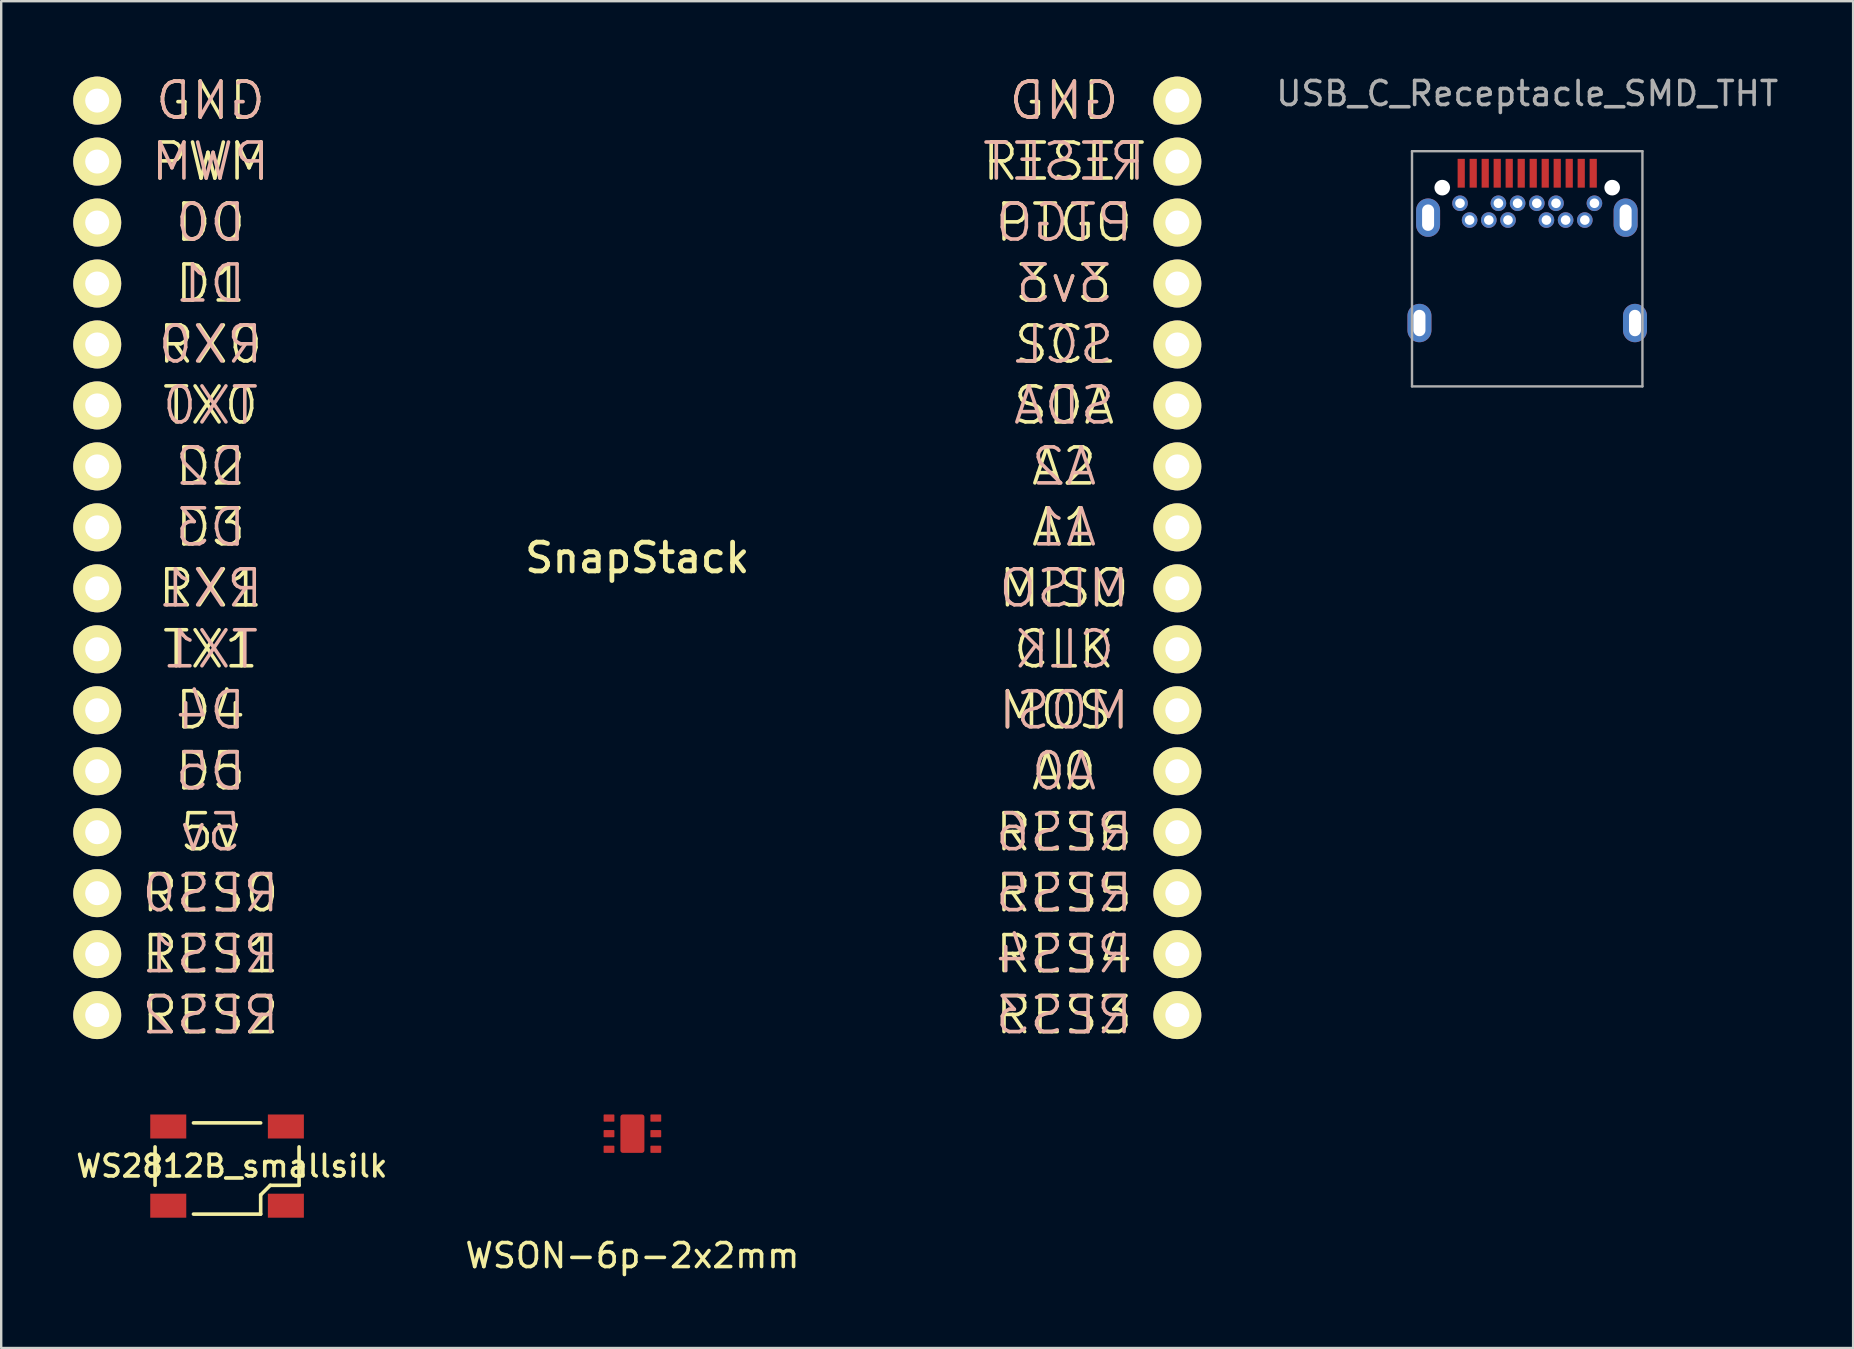
<source format=kicad_pcb>
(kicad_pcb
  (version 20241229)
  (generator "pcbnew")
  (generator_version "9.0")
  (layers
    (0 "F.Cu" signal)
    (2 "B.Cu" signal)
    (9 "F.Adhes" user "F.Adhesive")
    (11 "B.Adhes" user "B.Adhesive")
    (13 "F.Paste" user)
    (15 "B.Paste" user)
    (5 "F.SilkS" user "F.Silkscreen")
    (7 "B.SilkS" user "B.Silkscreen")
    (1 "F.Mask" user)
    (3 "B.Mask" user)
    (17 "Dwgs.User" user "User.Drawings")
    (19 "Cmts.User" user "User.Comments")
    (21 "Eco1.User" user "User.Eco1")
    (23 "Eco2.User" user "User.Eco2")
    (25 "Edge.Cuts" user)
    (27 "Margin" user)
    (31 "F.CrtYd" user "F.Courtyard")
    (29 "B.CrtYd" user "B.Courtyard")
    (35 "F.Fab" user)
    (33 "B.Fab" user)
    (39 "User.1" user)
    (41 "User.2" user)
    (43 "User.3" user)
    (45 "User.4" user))
  (footprint "USB_C_Receptacle_SMD_THT"
    (layer "F.Cu")
    (at 60.577 8.748)
    (property "Reference" "USB_C_Receptacle_SMD_THT" (at 0 -7.9 0) (layer "F.Fab") (effects (font (size 1 1) (thickness 0.15))))
    (attr through_hole)
    (fp_line (start -4.8 -5.5) (end -4.8 4.3) (stroke (width 0.1) (type solid)) (layer "F.Fab"))
    (fp_line (start -4.8 -5.5) (end 4.8 -5.5) (stroke (width 0.1) (type solid)) (layer "F.Fab"))
    (fp_line (start 4.8 -5.5) (end 4.8 4.3) (stroke (width 0.1) (type solid)) (layer "F.Fab"))
    (fp_line (start 4.8 4.3) (end -4.8 4.3) (stroke (width 0.1) (type solid)) (layer "F.Fab"))
    (pad "" np_thru_hole circle (at -3.54 -3.98) (size 0.65 0.65) (drill 0.65) (layers "*.Cu" "*.Mask"))
    (pad "" np_thru_hole circle (at 3.54 -3.98) (size 0.65 0.65) (drill 0.65) (layers "*.Cu" "*.Mask"))
    (pad "A1" smd rect (at -2.75 -4.58 90) (size 1.2 0.3) (layers "F.Cu" "F.Mask" "F.Paste"))
    (pad "A2" smd rect (at -2.25 -4.58 90) (size 1.2 0.3) (layers "F.Cu" "F.Mask" "F.Paste"))
    (pad "A3" smd rect (at -1.75 -4.58 90) (size 1.2 0.3) (layers "F.Cu" "F.Mask" "F.Paste"))
    (pad "A4" smd rect (at -1.25 -4.58 90) (size 1.2 0.3) (layers "F.Cu" "F.Mask" "F.Paste"))
    (pad "A5" smd rect (at -0.75 -4.58 90) (size 1.2 0.3) (layers "F.Cu" "F.Mask" "F.Paste"))
    (pad "A6" smd rect (at -0.25 -4.58 90) (size 1.2 0.3) (layers "F.Cu" "F.Mask" "F.Paste"))
    (pad "A7" smd rect (at 0.25 -4.58 90) (size 1.2 0.3) (layers "F.Cu" "F.Mask" "F.Paste"))
    (pad "A8" smd rect (at 0.75 -4.58 90) (size 1.2 0.3) (layers "F.Cu" "F.Mask" "F.Paste"))
    (pad "A9" smd rect (at 1.25 -4.58 90) (size 1.2 0.3) (layers "F.Cu" "F.Mask" "F.Paste"))
    (pad "A10" smd rect (at 1.75 -4.58 90) (size 1.2 0.3) (layers "F.Cu" "F.Mask" "F.Paste"))
    (pad "A11" smd rect (at 2.25 -4.58 90) (size 1.2 0.3) (layers "F.Cu" "F.Mask" "F.Paste"))
    (pad "A12" smd rect (at 2.75 -4.58 90) (size 1.2 0.3) (layers "F.Cu" "F.Mask" "F.Paste"))
    (pad "B1" thru_hole circle (at 2.8 -3.33) (size 0.65 0.65) (drill 0.4) (layers "*.Cu" "*.Mask"))
    (pad "B2" thru_hole circle (at 2.4 -2.63) (size 0.65 0.65) (drill 0.4) (layers "*.Cu" "*.Mask"))
    (pad "B3" thru_hole circle (at 1.6 -2.63) (size 0.65 0.65) (drill 0.4) (layers "*.Cu" "*.Mask"))
    (pad "B4" thru_hole circle (at 1.2 -3.33) (size 0.65 0.65) (drill 0.4) (layers "*.Cu" "*.Mask"))
    (pad "B5" thru_hole circle (at 0.8 -2.63) (size 0.65 0.65) (drill 0.4) (layers "*.Cu" "*.Mask"))
    (pad "B6" thru_hole circle (at 0.4 -3.33) (size 0.65 0.65) (drill 0.4) (layers "*.Cu" "*.Mask"))
    (pad "B7" thru_hole circle (at -0.4 -3.33) (size 0.65 0.65) (drill 0.4) (layers "*.Cu" "*.Mask"))
    (pad "B8" thru_hole circle (at -0.8 -2.63) (size 0.65 0.65) (drill 0.4) (layers "*.Cu" "*.Mask"))
    (pad "B9" thru_hole circle (at -1.2 -3.33) (size 0.65 0.65) (drill 0.4) (layers "*.Cu" "*.Mask"))
    (pad "B10" thru_hole circle (at -1.6 -2.63) (size 0.65 0.65) (drill 0.4) (layers "*.Cu" "*.Mask"))
    (pad "B11" thru_hole circle (at -2.4 -2.63) (size 0.65 0.65) (drill 0.4) (layers "*.Cu" "*.Mask"))
    (pad "B12" thru_hole circle (at -2.8 -3.33) (size 0.65 0.65) (drill 0.4) (layers "*.Cu" "*.Mask"))
    (pad "S1" thru_hole oval (at -4.49 1.66) (size 1 1.6) (drill oval 0.5 1.1) (layers "*.Cu" "*.Mask"))
    (pad "S1" thru_hole oval (at -4.13 -2.73) (size 1 1.6) (drill oval 0.5 1.1) (layers "*.Cu" "*.Mask"))
    (pad "S1" thru_hole oval (at 4.1 -2.73) (size 1 1.6) (drill oval 0.5 1.1) (layers "*.Cu" "*.Mask"))
    (pad "S1" thru_hole oval (at 4.49 1.66) (size 1 1.6) (drill oval 0.5 1.1) (layers "*.Cu" "*.Mask")))
  (footprint "WSON-6p-2x2mm"
    (layer "F.Cu")
    (at 23.297 44.181)
    (property "Reference" "WSON-6p-2x2mm" (at 0 5.08 0) (layer "F.SilkS") (effects (font (size 1 1) (thickness 0.15))))
    (attr through_hole)
    (pad "1" smd roundrect (at -0.975 -0.65) (size 0.45 0.3) (layers "F.Cu" "F.Mask" "F.Paste") (roundrect_rratio 0.1))
    (pad "2" smd roundrect (at -0.975 0) (size 0.45 0.3) (layers "F.Cu" "F.Mask" "F.Paste") (roundrect_rratio 0.1))
    (pad "3" smd roundrect (at -0.975 0.65) (size 0.45 0.3) (layers "F.Cu" "F.Mask" "F.Paste") (roundrect_rratio 0.1))
    (pad "4" smd roundrect (at 0.975 0.65) (size 0.45 0.3) (layers "F.Cu" "F.Mask" "F.Paste") (roundrect_rratio 0.1))
    (pad "5" smd roundrect (at 0.975 0) (size 0.45 0.3) (layers "F.Cu" "F.Mask" "F.Paste") (roundrect_rratio 0.1))
    (pad "6" smd roundrect (at 0.975 -0.65) (size 0.45 0.3) (layers "F.Cu" "F.Mask" "F.Paste") (roundrect_rratio 0.1))
    (pad "7" smd roundrect (at 0 0) (size 1 1.6) (layers "F.Cu" "F.Mask" "F.Paste") (roundrect_rratio 0.1)))
  (footprint "WS2812B_smallsilk"
    (layer "F.Cu")
    (at 6.41 45.532)
    (property "Reference" "WS2812B_smallsilk" (at 0.2 0 0) (layer "F.SilkS") (effects (font (size 0.9 0.9) (thickness 0.152))))
    (attr through_hole)
    (fp_line (start -3 0.8) (end -3 -0.8) (stroke (width 0.15) (type solid)) (layer "F.SilkS"))
    (fp_line (start -1.4 -1.8) (end 1.4 -1.8) (stroke (width 0.15) (type solid)) (layer "F.SilkS"))
    (fp_line (start 1.4 1.2) (end 1.8 0.8) (stroke (width 0.15) (type solid)) (layer "F.SilkS"))
    (fp_line (start 1.4 2) (end -1.4 2) (stroke (width 0.15) (type solid)) (layer "F.SilkS"))
    (fp_line (start 1.4 2) (end 1.4 1.2) (stroke (width 0.15) (type solid)) (layer "F.SilkS"))
    (fp_line (start 1.8 0.8) (end 3 0.8) (stroke (width 0.15) (type solid)) (layer "F.SilkS"))
    (fp_line (start 3 -0.8) (end 3 0.8) (stroke (width 0.15) (type solid)) (layer "F.SilkS"))
    (pad "1" smd rect (at -2.45 -1.65) (size 1.5 1) (layers "F.Cu" "F.Mask" "F.Paste"))
    (pad "2" smd rect (at -2.45 1.65) (size 1.5 1) (layers "F.Cu" "F.Mask" "F.Paste"))
    (pad "3" smd rect (at 2.45 1.65) (size 1.5 1) (layers "F.Cu" "F.Mask" "F.Paste"))
    (pad "4" smd rect (at 2.45 -1.65) (size 1.5 1) (layers "F.Cu" "F.Mask" "F.Paste")))
  (footprint "SnapStack"
    (layer "F.Cu")
    (at 23.5 20.191)
    (property "Reference" "SnapStack" (at 0 0 0) (layer "F.SilkS") (effects (font (size 1.2 1.2) (thickness 0.2))))
    (attr through_hole)
    (fp_text user "RES3" (at 17.78 19.05 0) (layer "F.SilkS") (effects (font (size 1.5 1.5) (thickness 0.15))))
    (fp_text user "PTGO" (at 17.78 -13.97 0) (layer "F.SilkS") (effects (font (size 1.5 1.5) (thickness 0.15))))
    (fp_text user "RES0" (at -17.78 13.97 0) (layer "F.SilkS") (effects (font (size 1.5 1.5) (thickness 0.15))))
    (fp_text user "D1" (at -17.78 -11.43 0) (layer "F.SilkS") (effects (font (size 1.5 1.5) (thickness 0.15))))
    (fp_text user "CLK" (at 17.78 3.81 0) (layer "F.SilkS") (effects (font (size 1.5 1.5) (thickness 0.15))))
    (fp_text user "TX0" (at -17.78 -6.35 0) (layer "F.SilkS") (effects (font (size 1.5 1.5) (thickness 0.15))))
    (fp_text user "A0" (at 17.78 8.89 0) (layer "F.SilkS") (effects (font (size 1.5 1.5) (thickness 0.15))))
    (fp_text user "RX1" (at -17.78 1.27 0) (layer "F.SilkS") (effects (font (size 1.5 1.5) (thickness 0.15))))
    (fp_text user "TX1" (at -17.78 3.81 0) (layer "F.SilkS") (effects (font (size 1.5 1.5) (thickness 0.15))))
    (fp_text user "GND" (at 17.78 -19.05 0) (layer "F.SilkS") (effects (font (size 1.5 1.5) (thickness 0.15))))
    (fp_text user "D4" (at -17.78 6.35 0) (layer "F.SilkS") (effects (font (size 1.5 1.5) (thickness 0.15))))
    (fp_text user "D2" (at -17.78 -3.81 0) (layer "F.SilkS") (effects (font (size 1.5 1.5) (thickness 0.15))))
    (fp_text user "SDA" (at 17.78 -6.35 0) (layer "F.SilkS") (effects (font (size 1.5 1.5) (thickness 0.15))))
    (fp_text user "D0" (at -17.78 -13.97 0) (layer "F.SilkS") (effects (font (size 1.5 1.5) (thickness 0.15))))
    (fp_text user "MOSI" (at 17.78 6.35 0) (layer "F.SilkS") (effects (font (size 1.5 1.5) (thickness 0.15))))
    (fp_text user "RES5" (at 17.78 13.97 0) (layer "F.SilkS") (effects (font (size 1.5 1.5) (thickness 0.15))))
    (fp_text user "A2" (at 17.78 -3.81 0) (layer "F.SilkS") (effects (font (size 1.5 1.5) (thickness 0.15))))
    (fp_text user "GND" (at -17.78 -19.05 0) (layer "F.SilkS") (effects (font (size 1.5 1.5) (thickness 0.15))))
    (fp_text user "5v" (at -17.78 11.43 0) (layer "F.SilkS") (effects (font (size 1.5 1.5) (thickness 0.15))))
    (fp_text user "RES1" (at -17.78 16.51 0) (layer "F.SilkS") (effects (font (size 1.5 1.5) (thickness 0.15))))
    (fp_text user "3v3" (at 17.78 -11.43 0) (layer "F.SilkS") (effects (font (size 1.5 1.5) (thickness 0.15))))
    (fp_text user "MISO" (at 17.78 1.27 0) (layer "F.SilkS") (effects (font (size 1.5 1.5) (thickness 0.15))))
    (fp_text user "RES6" (at 17.78 11.43 0) (layer "F.SilkS") (effects (font (size 1.5 1.5) (thickness 0.15))))
    (fp_text user "RX0" (at -17.78 -8.89 0) (layer "F.SilkS") (effects (font (size 1.5 1.5) (thickness 0.15))))
    (fp_text user "D3" (at -17.78 -1.27 0) (layer "F.SilkS") (effects (font (size 1.5 1.5) (thickness 0.15))))
    (fp_text user "RESET" (at 17.78 -16.51 0) (layer "F.SilkS") (effects (font (size 1.5 1.5) (thickness 0.15))))
    (fp_text user "RES2" (at -17.78 19.05 0) (layer "F.SilkS") (effects (font (size 1.5 1.5) (thickness 0.15))))
    (fp_text user "A1" (at 17.78 -1.27 0) (layer "F.SilkS") (effects (font (size 1.5 1.5) (thickness 0.15))))
    (fp_text user "SCL" (at 17.78 -8.89 0) (layer "F.SilkS") (effects (font (size 1.5 1.5) (thickness 0.15))))
    (fp_text user "D5" (at -17.78 8.89 0) (layer "F.SilkS") (effects (font (size 1.5 1.5) (thickness 0.15))))
    (fp_text user "RES4" (at 17.78 16.51 0) (layer "F.SilkS") (effects (font (size 1.5 1.5) (thickness 0.15))))
    (fp_text user "PWM" (at -17.78 -16.51 0) (layer "F.SilkS") (effects (font (size 1.5 1.5) (thickness 0.15))))
    (fp_text user "RES6" (at 17.78 11.43 0) (layer "B.SilkS") (effects (font (size 1.5 1.5) (thickness 0.15)) (justify mirror)))
    (fp_text user "RX0" (at -17.78 -8.89 0) (layer "B.SilkS") (effects (font (size 1.5 1.5) (thickness 0.15)) (justify mirror)))
    (fp_text user "D1" (at -17.78 -11.43 0) (layer "B.SilkS") (effects (font (size 1.5 1.5) (thickness 0.15)) (justify mirror)))
    (fp_text user "RES0" (at -17.78 13.97 0) (layer "B.SilkS") (effects (font (size 1.5 1.5) (thickness 0.15)) (justify mirror)))
    (fp_text user "RES3" (at 17.78 19.05 0) (layer "B.SilkS") (effects (font (size 1.5 1.5) (thickness 0.15)) (justify mirror)))
    (fp_text user "RES1" (at -17.78 16.51 0) (layer "B.SilkS") (effects (font (size 1.5 1.5) (thickness 0.15)) (justify mirror)))
    (fp_text user "MISO" (at 17.78 1.27 0) (layer "B.SilkS") (effects (font (size 1.5 1.5) (thickness 0.15)) (justify mirror)))
    (fp_text user "TX0" (at -17.78 -6.35 0) (layer "B.SilkS") (effects (font (size 1.5 1.5) (thickness 0.15)) (justify mirror)))
    (fp_text user "A0" (at 17.78 8.89 0) (layer "B.SilkS") (effects (font (size 1.5 1.5) (thickness 0.15)) (justify mirror)))
    (fp_text user "RES5" (at 17.78 13.97 0) (layer "B.SilkS") (effects (font (size 1.5 1.5) (thickness 0.15)) (justify mirror)))
    (fp_text user "GND" (at -17.78 -19.05 0) (layer "B.SilkS") (effects (font (size 1.5 1.5) (thickness 0.15)) (justify mirror)))
    (fp_text user "D0" (at -17.78 -13.97 0) (layer "B.SilkS") (effects (font (size 1.5 1.5) (thickness 0.15)) (justify mirror)))
    (fp_text user "CLK" (at 17.78 3.81 0) (layer "B.SilkS") (effects (font (size 1.5 1.5) (thickness 0.15)) (justify mirror)))
    (fp_text user "PTGO" (at 17.78 -13.97 0) (layer "B.SilkS") (effects (font (size 1.5 1.5) (thickness 0.15)) (justify mirror)))
    (fp_text user "TX1" (at -17.78 3.81 0) (layer "B.SilkS") (effects (font (size 1.5 1.5) (thickness 0.15)) (justify mirror)))
    (fp_text user "D3" (at -17.78 -1.27 0) (layer "B.SilkS") (effects (font (size 1.5 1.5) (thickness 0.15)) (justify mirror)))
    (fp_text user "A2" (at 17.78 -3.81 0) (layer "B.SilkS") (effects (font (size 1.5 1.5) (thickness 0.15)) (justify mirror)))
    (fp_text user "5v" (at -17.78 11.43 0) (layer "B.SilkS") (effects (font (size 1.5 1.5) (thickness 0.15)) (justify mirror)))
    (fp_text user "D5" (at -17.78 8.89 0) (layer "B.SilkS") (effects (font (size 1.5 1.5) (thickness 0.15)) (justify mirror)))
    (fp_text user "SCL" (at 17.78 -8.89 0) (layer "B.SilkS") (effects (font (size 1.5 1.5) (thickness 0.15)) (justify mirror)))
    (fp_text user "3v3" (at 17.78 -11.43 0) (layer "B.SilkS") (effects (font (size 1.5 1.5) (thickness 0.15)) (justify mirror)))
    (fp_text user "D2" (at -17.78 -3.81 0) (layer "B.SilkS") (effects (font (size 1.5 1.5) (thickness 0.15)) (justify mirror)))
    (fp_text user "MOSI" (at 17.78 6.35 0) (layer "B.SilkS") (effects (font (size 1.5 1.5) (thickness 0.15)) (justify mirror)))
    (fp_text user "SDA" (at 17.78 -6.35 0) (layer "B.SilkS") (effects (font (size 1.5 1.5) (thickness 0.15)) (justify mirror)))
    (fp_text user "RES2" (at -17.78 19.05 0) (layer "B.SilkS") (effects (font (size 1.5 1.5) (thickness 0.15)) (justify mirror)))
    (fp_text user "A1" (at 17.78 -1.27 0) (layer "B.SilkS") (effects (font (size 1.5 1.5) (thickness 0.15)) (justify mirror)))
    (fp_text user "GND" (at 17.78 -19.05 0) (layer "B.SilkS") (effects (font (size 1.5 1.5) (thickness 0.15)) (justify mirror)))
    (fp_text user "RES4" (at 17.78 16.51 0) (layer "B.SilkS") (effects (font (size 1.5 1.5) (thickness 0.15)) (justify mirror)))
    (fp_text user "RESET" (at 17.78 -16.51 0) (layer "B.SilkS") (effects (font (size 1.5 1.5) (thickness 0.15)) (justify mirror)))
    (fp_text user "PWM" (at -17.78 -16.51 0) (layer "B.SilkS") (effects (font (size 1.5 1.5) (thickness 0.15)) (justify mirror)))
    (fp_text user "D4" (at -17.78 6.35 0) (layer "B.SilkS") (effects (font (size 1.5 1.5) (thickness 0.15)) (justify mirror)))
    (fp_text user "RX1" (at -17.78 1.27 0) (layer "B.SilkS") (effects (font (size 1.5 1.5) (thickness 0.15)) (justify mirror)))
    (pad "1" thru_hole oval (at -22.5 -19.05) (size 2 2) (drill 1) (layers "*.Cu" "*.Mask" "F.SilkS"))
    (pad "2" thru_hole oval (at -22.5 -16.51) (size 2 2) (drill 1) (layers "*.Cu" "*.Mask" "F.SilkS"))
    (pad "3" thru_hole oval (at -22.5 -13.97) (size 2 2) (drill 1) (layers "*.Cu" "*.Mask" "F.SilkS"))
    (pad "4" thru_hole oval (at -22.5 -11.43) (size 2 2) (drill 1) (layers "*.Cu" "*.Mask" "F.SilkS"))
    (pad "5" thru_hole oval (at -22.5 -8.89) (size 2 2) (drill 1) (layers "*.Cu" "*.Mask" "F.SilkS"))
    (pad "6" thru_hole oval (at -22.5 -6.35) (size 2 2) (drill 1) (layers "*.Cu" "*.Mask" "F.SilkS"))
    (pad "7" thru_hole oval (at -22.5 -3.81) (size 2 2) (drill 1) (layers "*.Cu" "*.Mask" "F.SilkS"))
    (pad "8" thru_hole oval (at -22.5 -1.27) (size 2 2) (drill 1) (layers "*.Cu" "*.Mask" "F.SilkS"))
    (pad "9" thru_hole oval (at -22.5 1.27) (size 2 2) (drill 1) (layers "*.Cu" "*.Mask" "F.SilkS"))
    (pad "10" thru_hole oval (at -22.5 3.81) (size 2 2) (drill 1) (layers "*.Cu" "*.Mask" "F.SilkS"))
    (pad "11" thru_hole oval (at -22.5 6.35) (size 2 2) (drill 1) (layers "*.Cu" "*.Mask" "F.SilkS"))
    (pad "12" thru_hole oval (at -22.5 8.89) (size 2 2) (drill 1) (layers "*.Cu" "*.Mask" "F.SilkS"))
    (pad "13" thru_hole oval (at -22.5 11.43) (size 2 2) (drill 1) (layers "*.Cu" "*.Mask" "F.SilkS"))
    (pad "14" thru_hole oval (at -22.5 13.97) (size 2 2) (drill 1) (layers "*.Cu" "*.Mask" "F.SilkS"))
    (pad "15" thru_hole oval (at -22.5 16.51) (size 2 2) (drill 1) (layers "*.Cu" "*.Mask" "F.SilkS"))
    (pad "16" thru_hole oval (at -22.5 19.05) (size 2 2) (drill 1) (layers "*.Cu" "*.Mask" "F.SilkS"))
    (pad "17" thru_hole oval (at 22.5 19.05) (size 2 2) (drill 1) (layers "*.Cu" "*.Mask" "F.SilkS"))
    (pad "18" thru_hole oval (at 22.5 16.51) (size 2 2) (drill 1) (layers "*.Cu" "*.Mask" "F.SilkS"))
    (pad "19" thru_hole oval (at 22.5 13.97) (size 2 2) (drill 1) (layers "*.Cu" "*.Mask" "F.SilkS"))
    (pad "20" thru_hole oval (at 22.5 11.43) (size 2 2) (drill 1) (layers "*.Cu" "*.Mask" "F.SilkS"))
    (pad "21" thru_hole oval (at 22.5 8.89) (size 2 2) (drill 1) (layers "*.Cu" "*.Mask" "F.SilkS"))
    (pad "22" thru_hole oval (at 22.5 6.35) (size 2 2) (drill 1) (layers "*.Cu" "*.Mask" "F.SilkS"))
    (pad "23" thru_hole oval (at 22.5 3.81) (size 2 2) (drill 1) (layers "*.Cu" "*.Mask" "F.SilkS"))
    (pad "24" thru_hole oval (at 22.5 1.27) (size 2 2) (drill 1) (layers "*.Cu" "*.Mask" "F.SilkS"))
    (pad "25" thru_hole oval (at 22.5 -1.27) (size 2 2) (drill 1) (layers "*.Cu" "*.Mask" "F.SilkS"))
    (pad "26" thru_hole oval (at 22.5 -3.81) (size 2 2) (drill 1) (layers "*.Cu" "*.Mask" "F.SilkS"))
    (pad "27" thru_hole oval (at 22.5 -6.35) (size 2 2) (drill 1) (layers "*.Cu" "*.Mask" "F.SilkS"))
    (pad "28" thru_hole oval (at 22.5 -8.89) (size 2 2) (drill 1) (layers "*.Cu" "*.Mask" "F.SilkS"))
    (pad "29" thru_hole oval (at 22.5 -11.43) (size 2 2) (drill 1) (layers "*.Cu" "*.Mask" "F.SilkS"))
    (pad "30" thru_hole oval (at 22.5 -13.97) (size 2 2) (drill 1) (layers "*.Cu" "*.Mask" "F.SilkS"))
    (pad "31" thru_hole oval (at 22.5 -16.51) (size 2 2) (drill 1) (layers "*.Cu" "*.Mask" "F.SilkS"))
    (pad "32" thru_hole oval (at 22.5 -19.05) (size 2 2) (drill 1) (layers "*.Cu" "*.Mask" "F.SilkS")))
  (gr_rect
    (start -3 -3)
    (end 74.155 53.11)
    (stroke (width 0.1) (type default))
    (fill no)
    (layer "Edge.Cuts")))
</source>
